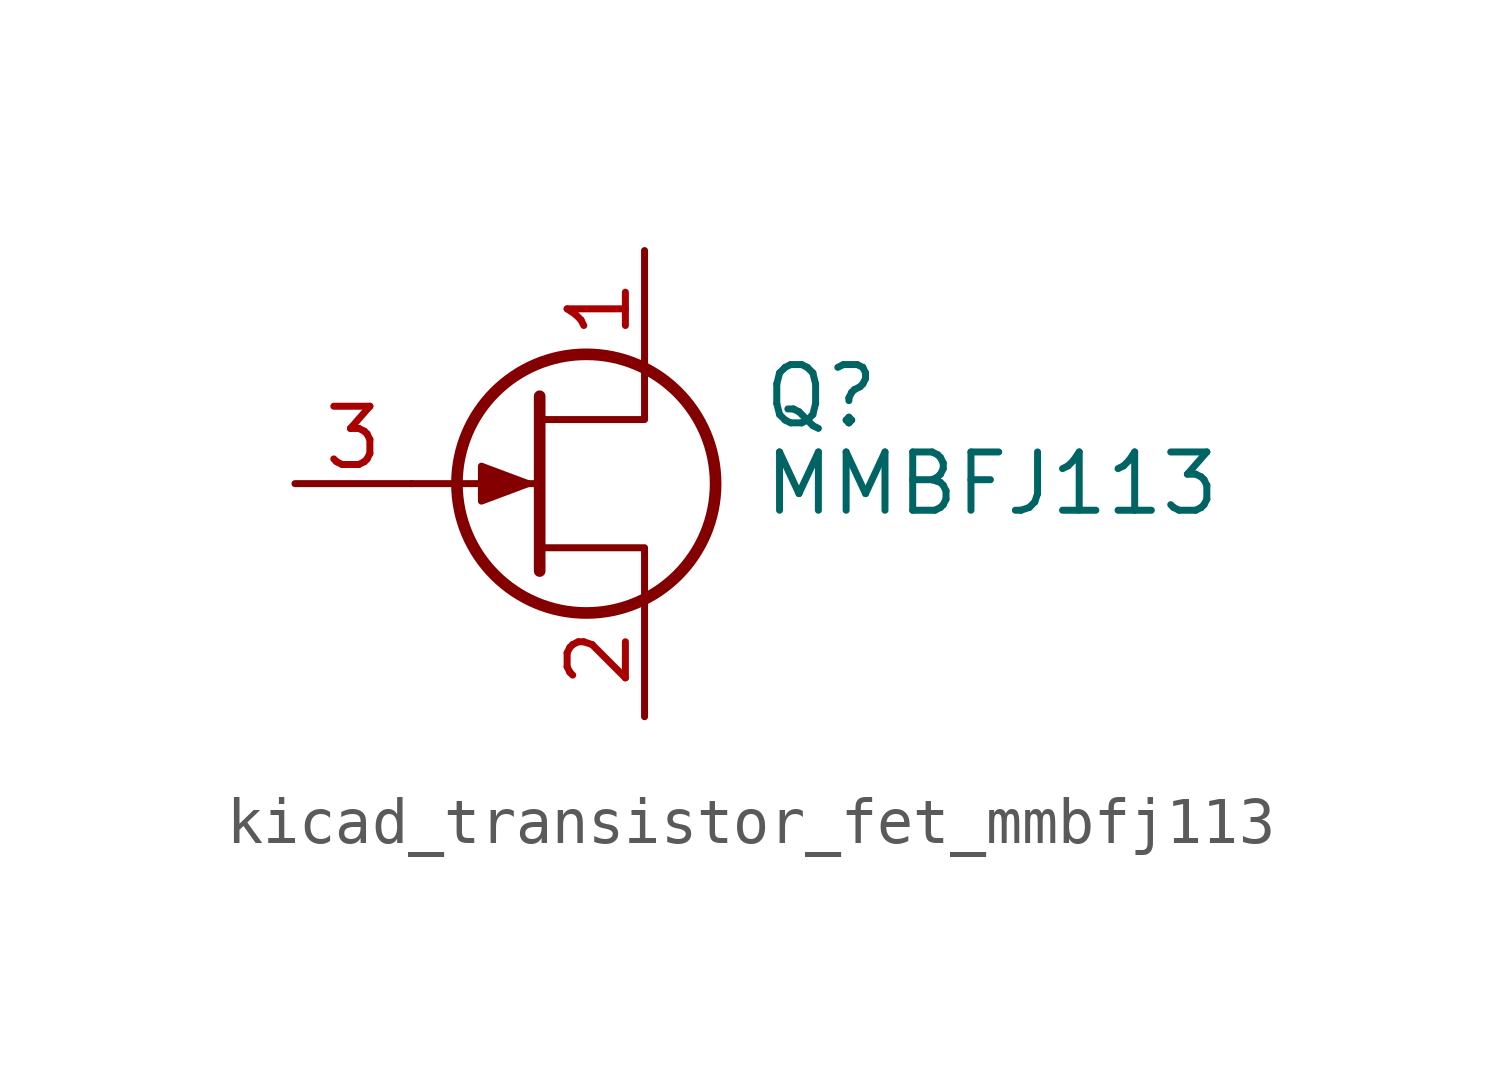
<source format=kicad_sym>
(kicad_symbol_lib
  (version 20220914)
  (generator kicad_symbol_editor)
  (symbol "kicad_transistor_fet_mmbfj113"
    (pin_names hide)
    (property "Reference" "Q"
      (at 5.08 1.905 0)
      (effects (font (size 1.27 1.27)) (justify left)))
    (property "Value" "MMBFJ113"
      (at 5.08 0 0)
      (effects (font (size 1.27 1.27)) (justify left)))
    (symbol "kicad_transistor_fet_mmbfj113_0_1"
      (polyline (pts (xy 0.254 0) (xy -2.54 0)) (stroke (width 0) (type default)) (fill (type none)))
      (polyline (pts (xy 0.254 1.905) (xy 0.254 -1.905)) (stroke (width 0.254) (type default)) (fill (type none)))
      (polyline (pts (xy 2.54 -2.54) (xy 2.54 -1.397) (xy 0.254 -1.397)) (stroke (width 0) (type default)) (fill (type none)))
      (polyline (pts (xy 2.54 2.54) (xy 2.54 1.397) (xy 0.254 1.397)) (stroke (width 0) (type default)) (fill (type none)))
      (polyline (pts (xy 0 0) (xy -1.016 0.381) (xy -1.016 -0.381) (xy 0 0)) (stroke (width 0) (type default)) (fill (type outline)))
      (circle (center 1.27 0) (radius 2.819) (stroke (width 0.254) (type default)) (fill (type none))))
    (symbol "kicad_transistor_fet_mmbfj113_1_1"
      (pin passive line (at 2.54 5.08 270) (length 2.54) (name "D" (effects (font (size 1.27 1.27)))) (number "1" (effects (font (size 1.27 1.27)))))
      (pin passive line (at 2.54 -5.08 90) (length 2.54) (name "S" (effects (font (size 1.27 1.27)))) (number "2" (effects (font (size 1.27 1.27)))))
      (pin input line (at -5.08 0 0) (length 2.54) (name "G" (effects (font (size 1.27 1.27)))) (number "3" (effects (font (size 1.27 1.27))))))))
</source>
